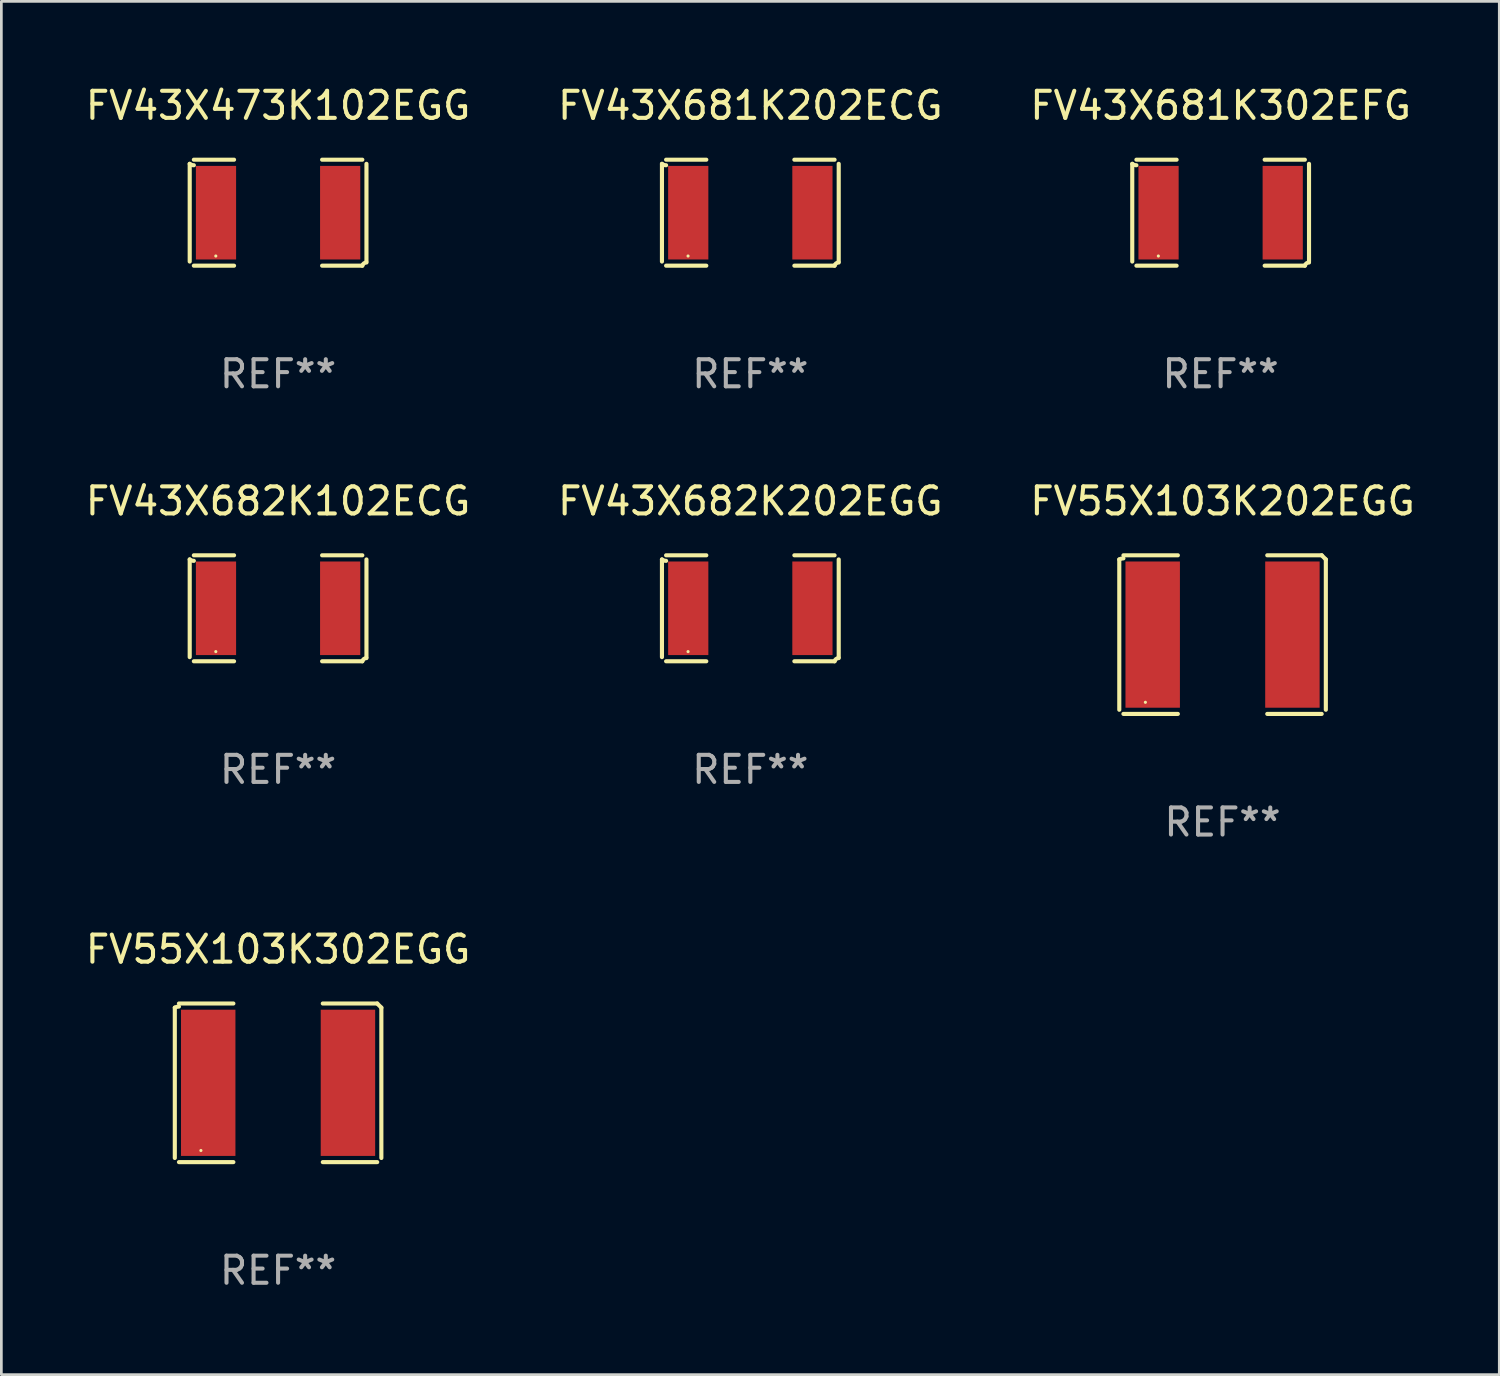
<source format=kicad_pcb>
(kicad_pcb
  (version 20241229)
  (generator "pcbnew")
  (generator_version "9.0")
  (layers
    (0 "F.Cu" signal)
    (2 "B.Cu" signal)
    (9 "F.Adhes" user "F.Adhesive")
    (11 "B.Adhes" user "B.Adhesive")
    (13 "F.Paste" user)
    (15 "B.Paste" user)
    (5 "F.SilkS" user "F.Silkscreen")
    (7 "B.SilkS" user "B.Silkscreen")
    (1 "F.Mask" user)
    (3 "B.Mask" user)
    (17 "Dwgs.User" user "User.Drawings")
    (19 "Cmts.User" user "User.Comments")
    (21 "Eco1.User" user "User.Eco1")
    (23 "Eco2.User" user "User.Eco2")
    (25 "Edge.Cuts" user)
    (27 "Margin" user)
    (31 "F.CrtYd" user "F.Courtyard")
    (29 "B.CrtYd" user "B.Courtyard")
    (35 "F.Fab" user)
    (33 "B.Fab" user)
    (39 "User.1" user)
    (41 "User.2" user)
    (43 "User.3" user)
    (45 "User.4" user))
  (footprint "FV43X681K202ECG"
    (layer "F.Cu")
    (at 24.661 4.805)
    (property "Reference" "FV43X681K202ECG" (at 0 -3.957 0) (layer "F.SilkS") (effects (font (size 1 1) (thickness 0.15))))
    (attr through_hole)
    (fp_line (start -3.264 1.804) (end -3.264 -1.804) (stroke (width 0.152) (type solid)) (layer "F.SilkS"))
    (fp_line (start -3.111 -1.957) (end -1.626 -1.957) (stroke (width 0.152) (type solid)) (layer "F.SilkS"))
    (fp_line (start -1.626 1.957) (end -3.111 1.957) (stroke (width 0.152) (type solid)) (layer "F.SilkS"))
    (fp_line (start 1.626 1.957) (end 3.111 1.957) (stroke (width 0.152) (type solid)) (layer "F.SilkS"))
    (fp_line (start 3.111 -1.957) (end 1.626 -1.957) (stroke (width 0.152) (type solid)) (layer "F.SilkS"))
    (fp_line (start 3.264 1.804) (end 3.264 -1.804) (stroke (width 0.152) (type solid)) (layer "F.SilkS"))
    (fp_arc (start -3.111202 -1.752192) (mid -3.191715 -1.76555) (end -3.263602 -1.804191) (stroke (width 0.1524) (type solid)) (layer "F.SilkS"))
    (fp_arc (start 3.111201 1.956591) (mid 3.167789 1.872777) (end 3.263602 1.840424) (stroke (width 0.1524) (type solid)) (layer "F.SilkS"))
    (fp_circle (center -2.3 1.6) (end -2.27 1.6) (stroke (width 0.06) (type solid)) (fill no) (layer "F.SilkS"))
    (fp_text user "REF**" (at 0 5.957 0) (layer "F.Fab") (effects (font (size 1 1) (thickness 0.15))))
    (pad "1" smd rect (at -2.293 0) (size 1.485 3.456) (layers "F.Cu" "F.Mask" "F.Paste"))
    (pad "2" smd rect (at 2.293 0) (size 1.485 3.456) (layers "F.Cu" "F.Mask" "F.Paste")))
  (footprint "FV43X682K102ECG"
    (layer "F.Cu")
    (at 7.22 19.415)
    (property "Reference" "FV43X682K102ECG" (at 0 -3.957 0) (layer "F.SilkS") (effects (font (size 1 1) (thickness 0.15))))
    (attr through_hole)
    (fp_line (start -3.264 1.804) (end -3.264 -1.804) (stroke (width 0.152) (type solid)) (layer "F.SilkS"))
    (fp_line (start -3.111 -1.957) (end -1.626 -1.957) (stroke (width 0.152) (type solid)) (layer "F.SilkS"))
    (fp_line (start -1.626 1.957) (end -3.111 1.957) (stroke (width 0.152) (type solid)) (layer "F.SilkS"))
    (fp_line (start 1.626 1.957) (end 3.111 1.957) (stroke (width 0.152) (type solid)) (layer "F.SilkS"))
    (fp_line (start 3.111 -1.957) (end 1.626 -1.957) (stroke (width 0.152) (type solid)) (layer "F.SilkS"))
    (fp_line (start 3.264 1.804) (end 3.264 -1.804) (stroke (width 0.152) (type solid)) (layer "F.SilkS"))
    (fp_arc (start -3.111202 -1.752192) (mid -3.191715 -1.76555) (end -3.263602 -1.804191) (stroke (width 0.1524) (type solid)) (layer "F.SilkS"))
    (fp_arc (start 3.111201 1.956591) (mid 3.167789 1.872777) (end 3.263602 1.840424) (stroke (width 0.1524) (type solid)) (layer "F.SilkS"))
    (fp_circle (center -2.3 1.6) (end -2.27 1.6) (stroke (width 0.06) (type solid)) (fill no) (layer "F.SilkS"))
    (fp_text user "REF**" (at 0 5.957 0) (layer "F.Fab") (effects (font (size 1 1) (thickness 0.15))))
    (pad "1" smd rect (at -2.293 0) (size 1.485 3.456) (layers "F.Cu" "F.Mask" "F.Paste"))
    (pad "2" smd rect (at 2.293 0) (size 1.485 3.456) (layers "F.Cu" "F.Mask" "F.Paste")))
  (footprint "FV55X103K302EGG"
    (layer "F.Cu")
    (at 7.22 36.94)
    (property "Reference" "FV55X103K302EGG" (at 0 -4.929 0) (layer "F.SilkS") (effects (font (size 1 1) (thickness 0.15))))
    (attr through_hole)
    (fp_line (start -3.814 2.776) (end -3.814 -2.776) (stroke (width 0.152) (type solid)) (layer "F.SilkS"))
    (fp_line (start -3.661 -2.929) (end -1.651 -2.929) (stroke (width 0.152) (type solid)) (layer "F.SilkS"))
    (fp_line (start -1.651 2.929) (end -3.661 2.929) (stroke (width 0.152) (type solid)) (layer "F.SilkS"))
    (fp_line (start 1.651 2.929) (end 3.661 2.929) (stroke (width 0.152) (type solid)) (layer "F.SilkS"))
    (fp_line (start 3.661 -2.929) (end 1.651 -2.929) (stroke (width 0.152) (type solid)) (layer "F.SilkS"))
    (fp_line (start 3.814 2.776) (end 3.814 -2.776) (stroke (width 0.152) (type solid)) (layer "F.SilkS"))
    (fp_arc (start -3.813614 -2.7762) (mid -3.739925 -2.805625) (end -3.661214 -2.815646) (stroke (width 0.1524) (type solid)) (layer "F.SilkS"))
    (fp_arc (start 3.661214 -2.9286) (mid 3.737425 -2.852411) (end 3.813614 -2.7762) (stroke (width 0.1524) (type solid)) (layer "F.SilkS"))
    (fp_circle (center -2.85 2.5) (end -2.82 2.5) (stroke (width 0.06) (type solid)) (fill no) (layer "F.SilkS"))
    (fp_text user "REF**" (at 0 6.929 0) (layer "F.Fab") (effects (font (size 1 1) (thickness 0.15))))
    (pad "1" smd rect (at -2.58 0) (size 2.01 5.4) (layers "F.Cu" "F.Mask" "F.Paste"))
    (pad "2" smd rect (at 2.58 0) (size 2.01 5.4) (layers "F.Cu" "F.Mask" "F.Paste")))
  (footprint "FV55X103K202EGG"
    (layer "F.Cu")
    (at 42.101 20.387)
    (property "Reference" "FV55X103K202EGG" (at 0 -4.929 0) (layer "F.SilkS") (effects (font (size 1 1) (thickness 0.15))))
    (attr through_hole)
    (fp_line (start -3.814 2.776) (end -3.814 -2.776) (stroke (width 0.152) (type solid)) (layer "F.SilkS"))
    (fp_line (start -3.661 -2.929) (end -1.651 -2.929) (stroke (width 0.152) (type solid)) (layer "F.SilkS"))
    (fp_line (start -1.651 2.929) (end -3.661 2.929) (stroke (width 0.152) (type solid)) (layer "F.SilkS"))
    (fp_line (start 1.651 2.929) (end 3.661 2.929) (stroke (width 0.152) (type solid)) (layer "F.SilkS"))
    (fp_line (start 3.661 -2.929) (end 1.651 -2.929) (stroke (width 0.152) (type solid)) (layer "F.SilkS"))
    (fp_line (start 3.814 2.776) (end 3.814 -2.776) (stroke (width 0.152) (type solid)) (layer "F.SilkS"))
    (fp_arc (start -3.813614 -2.7762) (mid -3.739925 -2.805625) (end -3.661214 -2.815646) (stroke (width 0.1524) (type solid)) (layer "F.SilkS"))
    (fp_arc (start 3.661214 -2.9286) (mid 3.737425 -2.852411) (end 3.813614 -2.7762) (stroke (width 0.1524) (type solid)) (layer "F.SilkS"))
    (fp_circle (center -2.85 2.5) (end -2.82 2.5) (stroke (width 0.06) (type solid)) (fill no) (layer "F.SilkS"))
    (fp_text user "REF**" (at 0 6.929 0) (layer "F.Fab") (effects (font (size 1 1) (thickness 0.15))))
    (pad "1" smd rect (at -2.58 0) (size 2.01 5.4) (layers "F.Cu" "F.Mask" "F.Paste"))
    (pad "2" smd rect (at 2.58 0) (size 2.01 5.4) (layers "F.Cu" "F.Mask" "F.Paste")))
  (footprint "FV43X682K202EGG"
    (layer "F.Cu")
    (at 24.661 19.415)
    (property "Reference" "FV43X682K202EGG" (at 0 -3.957 0) (layer "F.SilkS") (effects (font (size 1 1) (thickness 0.15))))
    (attr through_hole)
    (fp_line (start -3.264 1.804) (end -3.264 -1.804) (stroke (width 0.152) (type solid)) (layer "F.SilkS"))
    (fp_line (start -3.111 -1.957) (end -1.626 -1.957) (stroke (width 0.152) (type solid)) (layer "F.SilkS"))
    (fp_line (start -1.626 1.957) (end -3.111 1.957) (stroke (width 0.152) (type solid)) (layer "F.SilkS"))
    (fp_line (start 1.626 1.957) (end 3.111 1.957) (stroke (width 0.152) (type solid)) (layer "F.SilkS"))
    (fp_line (start 3.111 -1.957) (end 1.626 -1.957) (stroke (width 0.152) (type solid)) (layer "F.SilkS"))
    (fp_line (start 3.264 1.804) (end 3.264 -1.804) (stroke (width 0.152) (type solid)) (layer "F.SilkS"))
    (fp_arc (start -3.111202 -1.752192) (mid -3.191715 -1.76555) (end -3.263602 -1.804191) (stroke (width 0.1524) (type solid)) (layer "F.SilkS"))
    (fp_arc (start 3.111201 1.956591) (mid 3.167789 1.872777) (end 3.263602 1.840424) (stroke (width 0.1524) (type solid)) (layer "F.SilkS"))
    (fp_circle (center -2.3 1.6) (end -2.27 1.6) (stroke (width 0.06) (type solid)) (fill no) (layer "F.SilkS"))
    (fp_text user "REF**" (at 0 5.957 0) (layer "F.Fab") (effects (font (size 1 1) (thickness 0.15))))
    (pad "1" smd rect (at -2.293 0) (size 1.485 3.456) (layers "F.Cu" "F.Mask" "F.Paste"))
    (pad "2" smd rect (at 2.293 0) (size 1.485 3.456) (layers "F.Cu" "F.Mask" "F.Paste")))
  (footprint "FV43X681K302EFG"
    (layer "F.Cu")
    (at 42.03 4.805)
    (property "Reference" "FV43X681K302EFG" (at 0 -3.957 0) (layer "F.SilkS") (effects (font (size 1 1) (thickness 0.15))))
    (attr through_hole)
    (fp_line (start -3.264 1.804) (end -3.264 -1.804) (stroke (width 0.152) (type solid)) (layer "F.SilkS"))
    (fp_line (start -3.111 -1.957) (end -1.626 -1.957) (stroke (width 0.152) (type solid)) (layer "F.SilkS"))
    (fp_line (start -1.626 1.957) (end -3.111 1.957) (stroke (width 0.152) (type solid)) (layer "F.SilkS"))
    (fp_line (start 1.626 1.957) (end 3.111 1.957) (stroke (width 0.152) (type solid)) (layer "F.SilkS"))
    (fp_line (start 3.111 -1.957) (end 1.626 -1.957) (stroke (width 0.152) (type solid)) (layer "F.SilkS"))
    (fp_line (start 3.264 1.804) (end 3.264 -1.804) (stroke (width 0.152) (type solid)) (layer "F.SilkS"))
    (fp_arc (start -3.111202 -1.752192) (mid -3.191715 -1.76555) (end -3.263602 -1.804191) (stroke (width 0.1524) (type solid)) (layer "F.SilkS"))
    (fp_arc (start 3.111201 1.956591) (mid 3.167789 1.872777) (end 3.263602 1.840424) (stroke (width 0.1524) (type solid)) (layer "F.SilkS"))
    (fp_circle (center -2.3 1.6) (end -2.27 1.6) (stroke (width 0.06) (type solid)) (fill no) (layer "F.SilkS"))
    (fp_text user "REF**" (at 0 5.957 0) (layer "F.Fab") (effects (font (size 1 1) (thickness 0.15))))
    (pad "1" smd rect (at -2.293 0) (size 1.485 3.456) (layers "F.Cu" "F.Mask" "F.Paste"))
    (pad "2" smd rect (at 2.293 0) (size 1.485 3.456) (layers "F.Cu" "F.Mask" "F.Paste")))
  (footprint "FV43X473K102EGG"
    (layer "F.Cu")
    (at 7.22 4.805)
    (property "Reference" "FV43X473K102EGG" (at 0 -3.957 0) (layer "F.SilkS") (effects (font (size 1 1) (thickness 0.15))))
    (attr through_hole)
    (fp_line (start -3.264 1.804) (end -3.264 -1.804) (stroke (width 0.152) (type solid)) (layer "F.SilkS"))
    (fp_line (start -3.111 -1.957) (end -1.626 -1.957) (stroke (width 0.152) (type solid)) (layer "F.SilkS"))
    (fp_line (start -1.626 1.957) (end -3.111 1.957) (stroke (width 0.152) (type solid)) (layer "F.SilkS"))
    (fp_line (start 1.626 1.957) (end 3.111 1.957) (stroke (width 0.152) (type solid)) (layer "F.SilkS"))
    (fp_line (start 3.111 -1.957) (end 1.626 -1.957) (stroke (width 0.152) (type solid)) (layer "F.SilkS"))
    (fp_line (start 3.264 1.804) (end 3.264 -1.804) (stroke (width 0.152) (type solid)) (layer "F.SilkS"))
    (fp_arc (start -3.111202 -1.752192) (mid -3.191715 -1.76555) (end -3.263602 -1.804191) (stroke (width 0.1524) (type solid)) (layer "F.SilkS"))
    (fp_arc (start 3.111201 1.956591) (mid 3.167789 1.872777) (end 3.263602 1.840424) (stroke (width 0.1524) (type solid)) (layer "F.SilkS"))
    (fp_circle (center -2.3 1.6) (end -2.27 1.6) (stroke (width 0.06) (type solid)) (fill no) (layer "F.SilkS"))
    (fp_text user "REF**" (at 0 5.957 0) (layer "F.Fab") (effects (font (size 1 1) (thickness 0.15))))
    (pad "1" smd rect (at -2.293 0) (size 1.485 3.456) (layers "F.Cu" "F.Mask" "F.Paste"))
    (pad "2" smd rect (at 2.293 0) (size 1.485 3.456) (layers "F.Cu" "F.Mask" "F.Paste")))
  (gr_rect
    (start -3 -3)
    (end 52.321 47.717)
    (stroke (width 0.1) (type default))
    (fill no)
    (layer "Edge.Cuts")))
</source>
